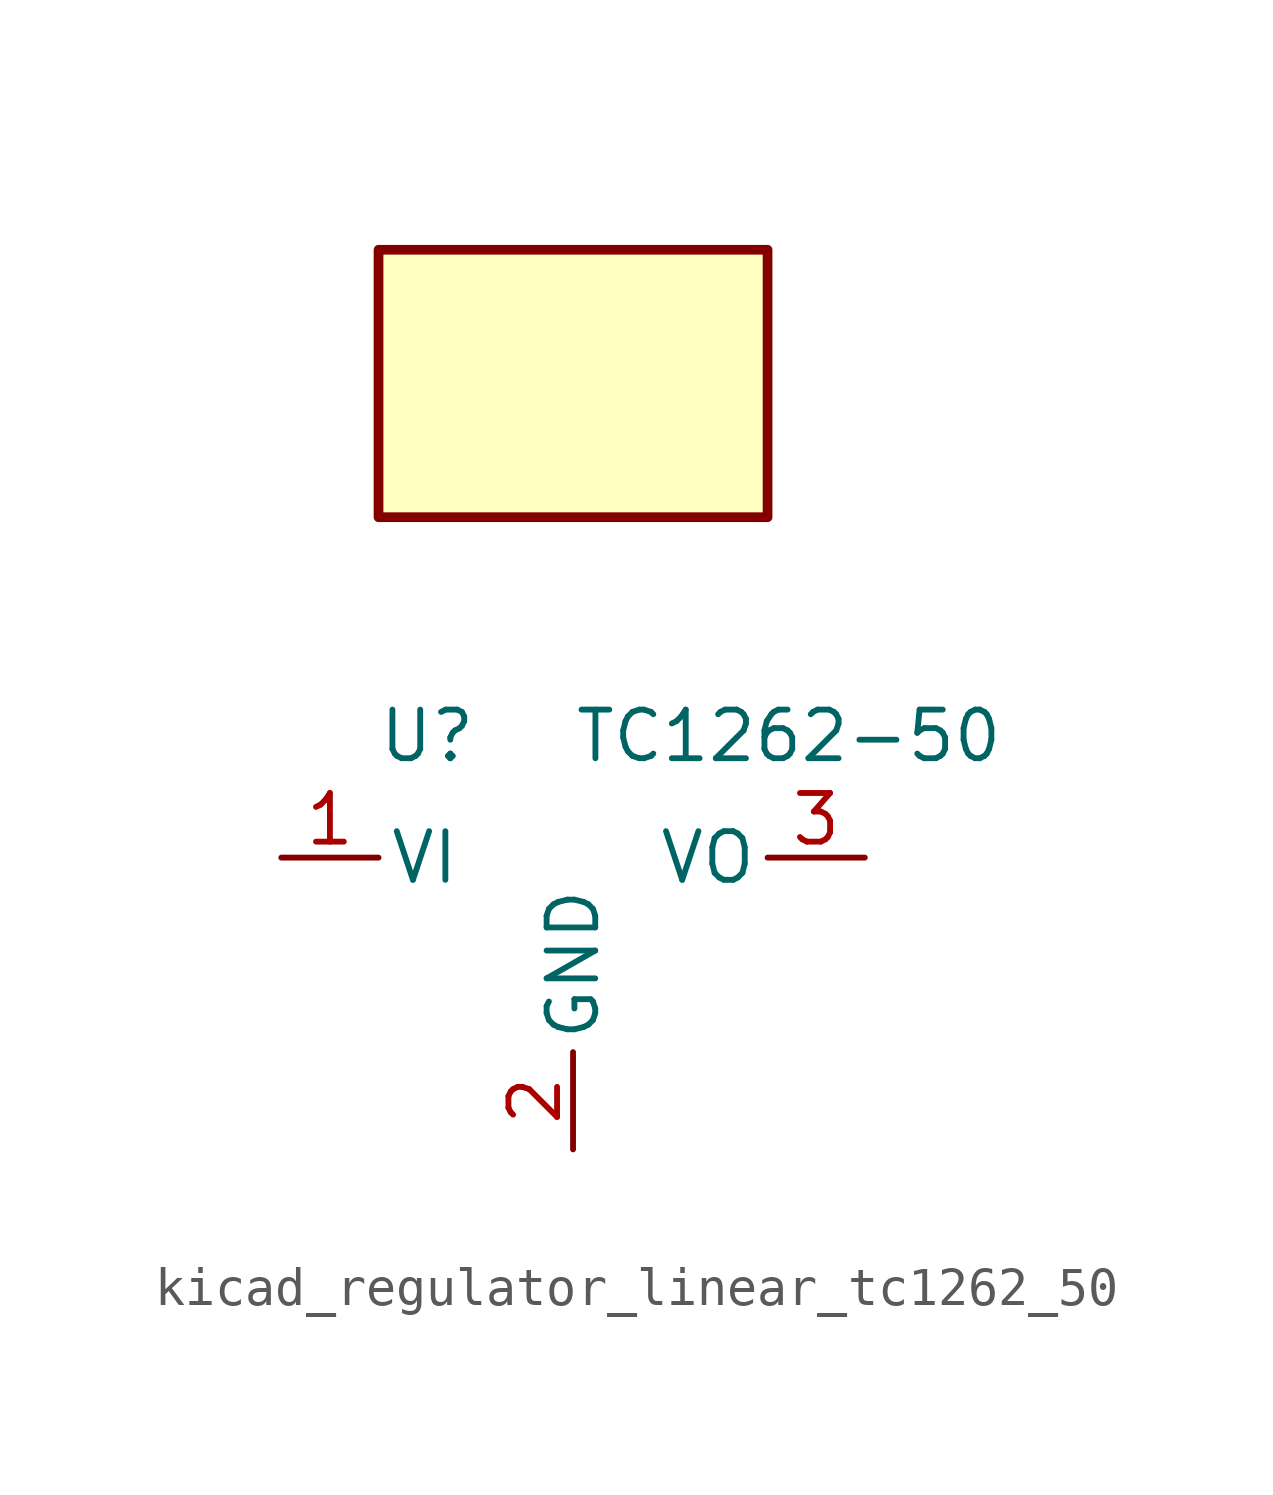
<source format=kicad_sym>
(kicad_symbol_lib
  (version 20220914)
  (generator kicad_symbol_editor)
  (symbol "kicad_regulator_linear_tc1262_50"
    (pin_names
      (offset 0.254))
    (property "Reference" "U"
      (at -3.81 3.175 0)
      (effects (font (size 1.27 1.27))))
    (property "Value" "TC1262-50"
      (at 0 3.175 0)
      (effects (font (size 1.27 1.27)) (justify left)))
    (symbol "kicad_regulator_linear_tc1262_50_1_1"
      (rectangle (start 5.08 15.875) (end -5.08 8.89) (stroke (width 0.254) (type default)) (fill (type background)))
      (pin power_in line (at -7.62 0 0) (length 2.54) (name "VI" (effects (font (size 1.27 1.27)))) (number "1" (effects (font (size 1.27 1.27)))))
      (pin power_in line (at 0 -7.62 90) (length 2.54) (name "GND" (effects (font (size 1.27 1.27)))) (number "2" (effects (font (size 1.27 1.27)))))
      (pin power_out line (at 7.62 0 180) (length 2.54) (name "VO" (effects (font (size 1.27 1.27)))) (number "3" (effects (font (size 1.27 1.27))))))))
</source>
